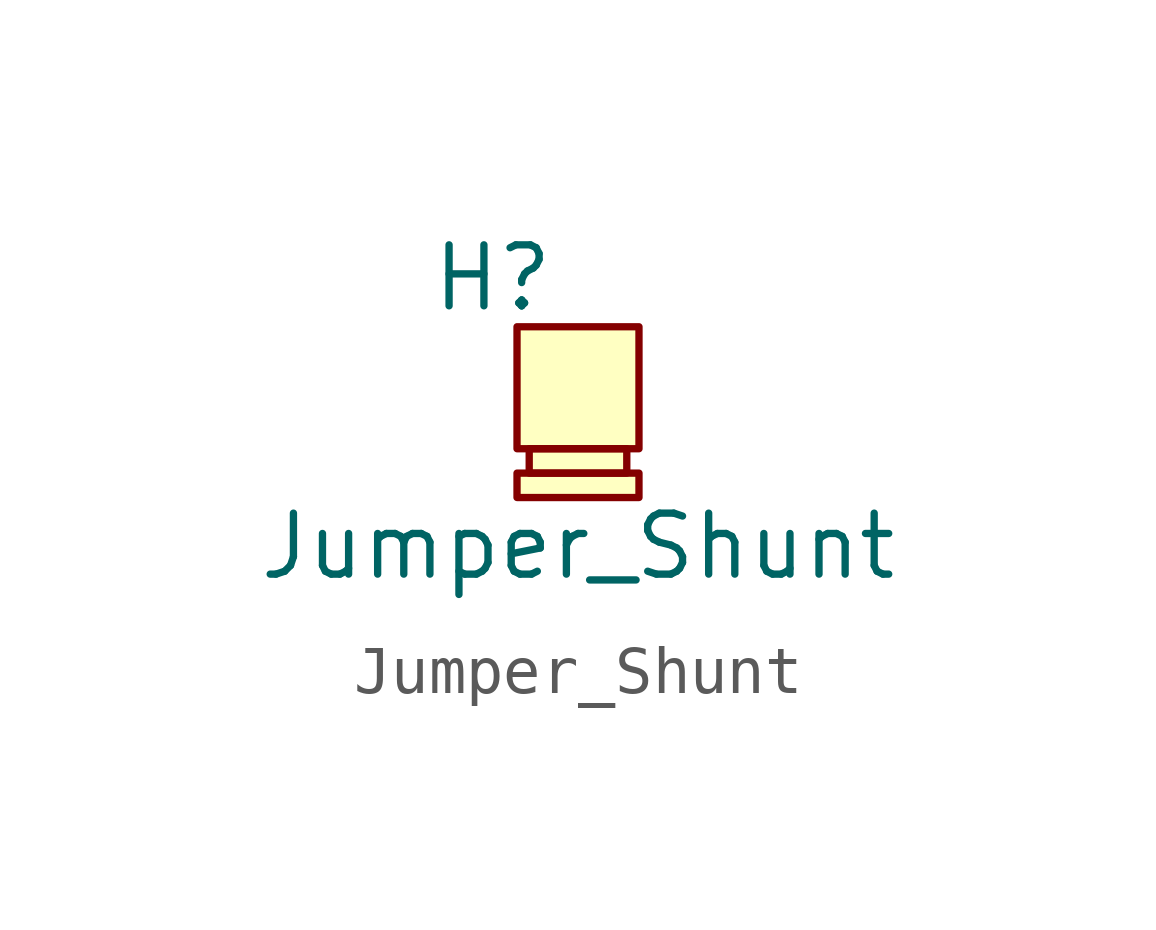
<source format=kicad_sym>
(kicad_symbol_lib
  (version 20241209)
  (generator "kicad_symbol_editor")
  (generator_version "9.0")
  (symbol "Jumper_Shunt"
    (property "Reference" "H"
      (at -1.778 2.286 0)
      (effects (font (size 1.27 1.27))))
    (property "Value" "Jumper_Shunt"
      (at 0 -3.302 0)
      (effects (font (size 1.27 1.27))))
    (symbol "Jumper_Shunt_1_1"
      (rectangle (start -1.27 1.27) (end 1.27 -1.27) (stroke (width 0) (type solid)) (fill (type background)))
      (rectangle (start -1.27 -1.778) (end 1.27 -2.286) (stroke (width 0) (type solid)) (fill (type background)))
      (rectangle (start -1.016 -1.27) (end 1.016 -1.778) (stroke (width 0) (type solid)) (fill (type background))))))
</source>
